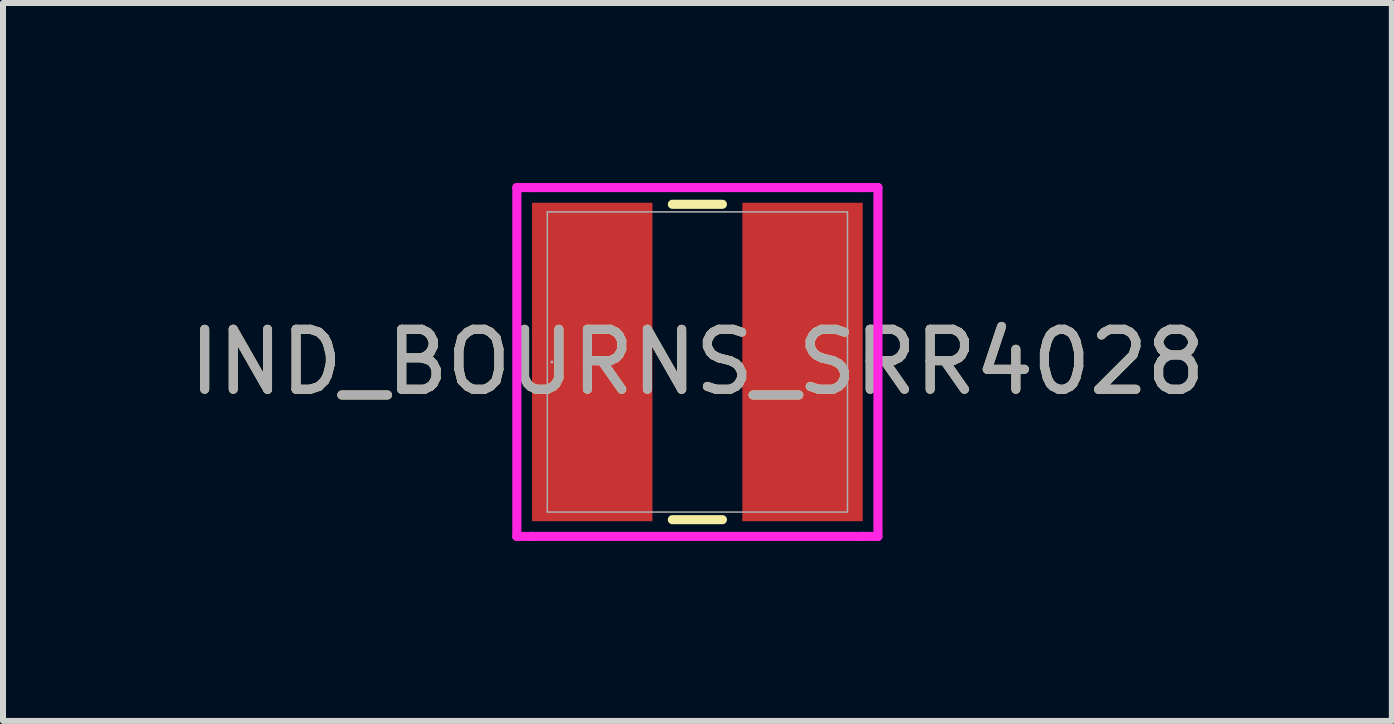
<source format=kicad_pcb>
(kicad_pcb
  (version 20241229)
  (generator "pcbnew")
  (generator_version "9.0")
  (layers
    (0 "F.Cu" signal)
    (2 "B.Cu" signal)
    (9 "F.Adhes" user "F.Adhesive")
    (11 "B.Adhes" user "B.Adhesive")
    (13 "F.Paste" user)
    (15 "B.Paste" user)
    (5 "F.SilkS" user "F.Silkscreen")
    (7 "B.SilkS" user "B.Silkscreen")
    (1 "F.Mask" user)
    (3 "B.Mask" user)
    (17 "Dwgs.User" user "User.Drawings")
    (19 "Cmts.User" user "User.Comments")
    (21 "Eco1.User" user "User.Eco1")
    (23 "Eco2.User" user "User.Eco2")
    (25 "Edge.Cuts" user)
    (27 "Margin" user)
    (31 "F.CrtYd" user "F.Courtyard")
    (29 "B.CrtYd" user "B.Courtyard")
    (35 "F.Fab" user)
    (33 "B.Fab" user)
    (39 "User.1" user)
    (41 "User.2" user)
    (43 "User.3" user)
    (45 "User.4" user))
  (footprint "IND_BOURNS_SRR4028"
    (layer "F.Cu")
    (at 8.577 2.985)
    (property "Reference" "IND_BOURNS_SRR4028" (at 0 0 0) (unlocked yes) (layer "F.SilkS") (effects (font (size 1 1) (thickness 0.15))))
    (attr smd)
    (fp_line (start -0.417 2.629) (end 0.417 2.629) (stroke (width 0.152) (type solid)) (layer "F.SilkS"))
    (fp_line (start 0.417 -2.629) (end -0.417 -2.629) (stroke (width 0.152) (type solid)) (layer "F.SilkS"))
    (fp_line (start -3.01 -2.908) (end -2.756 -2.908) (stroke (width 0.152) (type solid)) (layer "F.CrtYd"))
    (fp_line (start -3.01 2.908) (end -3.01 -2.908) (stroke (width 0.152) (type solid)) (layer "F.CrtYd"))
    (fp_line (start -2.756 -2.908) (end -2.756 -2.908) (stroke (width 0.152) (type solid)) (layer "F.CrtYd"))
    (fp_line (start -2.756 -2.908) (end 2.756 -2.908) (stroke (width 0.152) (type solid)) (layer "F.CrtYd"))
    (fp_line (start -2.756 2.908) (end -3.01 2.908) (stroke (width 0.152) (type solid)) (layer "F.CrtYd"))
    (fp_line (start -2.756 2.908) (end -2.756 2.908) (stroke (width 0.152) (type solid)) (layer "F.CrtYd"))
    (fp_line (start 2.756 -2.908) (end 2.756 -2.908) (stroke (width 0.152) (type solid)) (layer "F.CrtYd"))
    (fp_line (start 2.756 -2.908) (end 3.01 -2.908) (stroke (width 0.152) (type solid)) (layer "F.CrtYd"))
    (fp_line (start 2.756 2.908) (end -2.756 2.908) (stroke (width 0.152) (type solid)) (layer "F.CrtYd"))
    (fp_line (start 2.756 2.908) (end 2.756 2.908) (stroke (width 0.152) (type solid)) (layer "F.CrtYd"))
    (fp_line (start 3.01 -2.908) (end 3.01 2.908) (stroke (width 0.152) (type solid)) (layer "F.CrtYd"))
    (fp_line (start 3.01 2.908) (end 2.756 2.908) (stroke (width 0.152) (type solid)) (layer "F.CrtYd"))
    (fp_line (start -2.502 -2.502) (end -2.502 2.502) (stroke (width 0.025) (type solid)) (layer "F.Fab"))
    (fp_line (start -2.502 2.502) (end 2.502 2.502) (stroke (width 0.025) (type solid)) (layer "F.Fab"))
    (fp_line (start 2.502 -2.502) (end -2.502 -2.502) (stroke (width 0.025) (type solid)) (layer "F.Fab"))
    (fp_line (start 2.502 2.502) (end 2.502 -2.502) (stroke (width 0.025) (type solid)) (layer "F.Fab"))
    (fp_circle (center -2.426 0) (end -2.426 0) (stroke (width 0.025) (type solid)) (fill no) (layer "F.Fab"))
    (fp_text user "${REFERENCE}" (at 0 0 0) (unlocked yes) (layer "F.Fab") (effects (font (size 1 1) (thickness 0.15))))
    (pad "1" smd rect (at -1.753 0) (size 2.007 5.309) (layers "F.Cu" "F.Mask" "F.Paste"))
    (pad "2" smd rect (at 1.753 0) (size 2.007 5.309) (layers "F.Cu" "F.Mask" "F.Paste"))
    (zone (net_name "") (layer "F.Cu") (hatch full 0.508) (connect_pads) (min_thickness 0.254) (filled_areas_thickness no) (keepout (tracks not_allowed) (vias not_allowed) (pads allowed) (copperpour not_allowed) (footprints allowed)) (placement (enabled no)) (fill) (polygon (pts (xy 7.879 0.381) (xy 9.276 0.381) (xy 9.276 5.588) (xy 7.879 5.588)))))
  (gr_rect
    (start -3 -3)
    (end 20.155 8.969)
    (stroke (width 0.1) (type default))
    (fill no)
    (layer "Edge.Cuts")))
</source>
